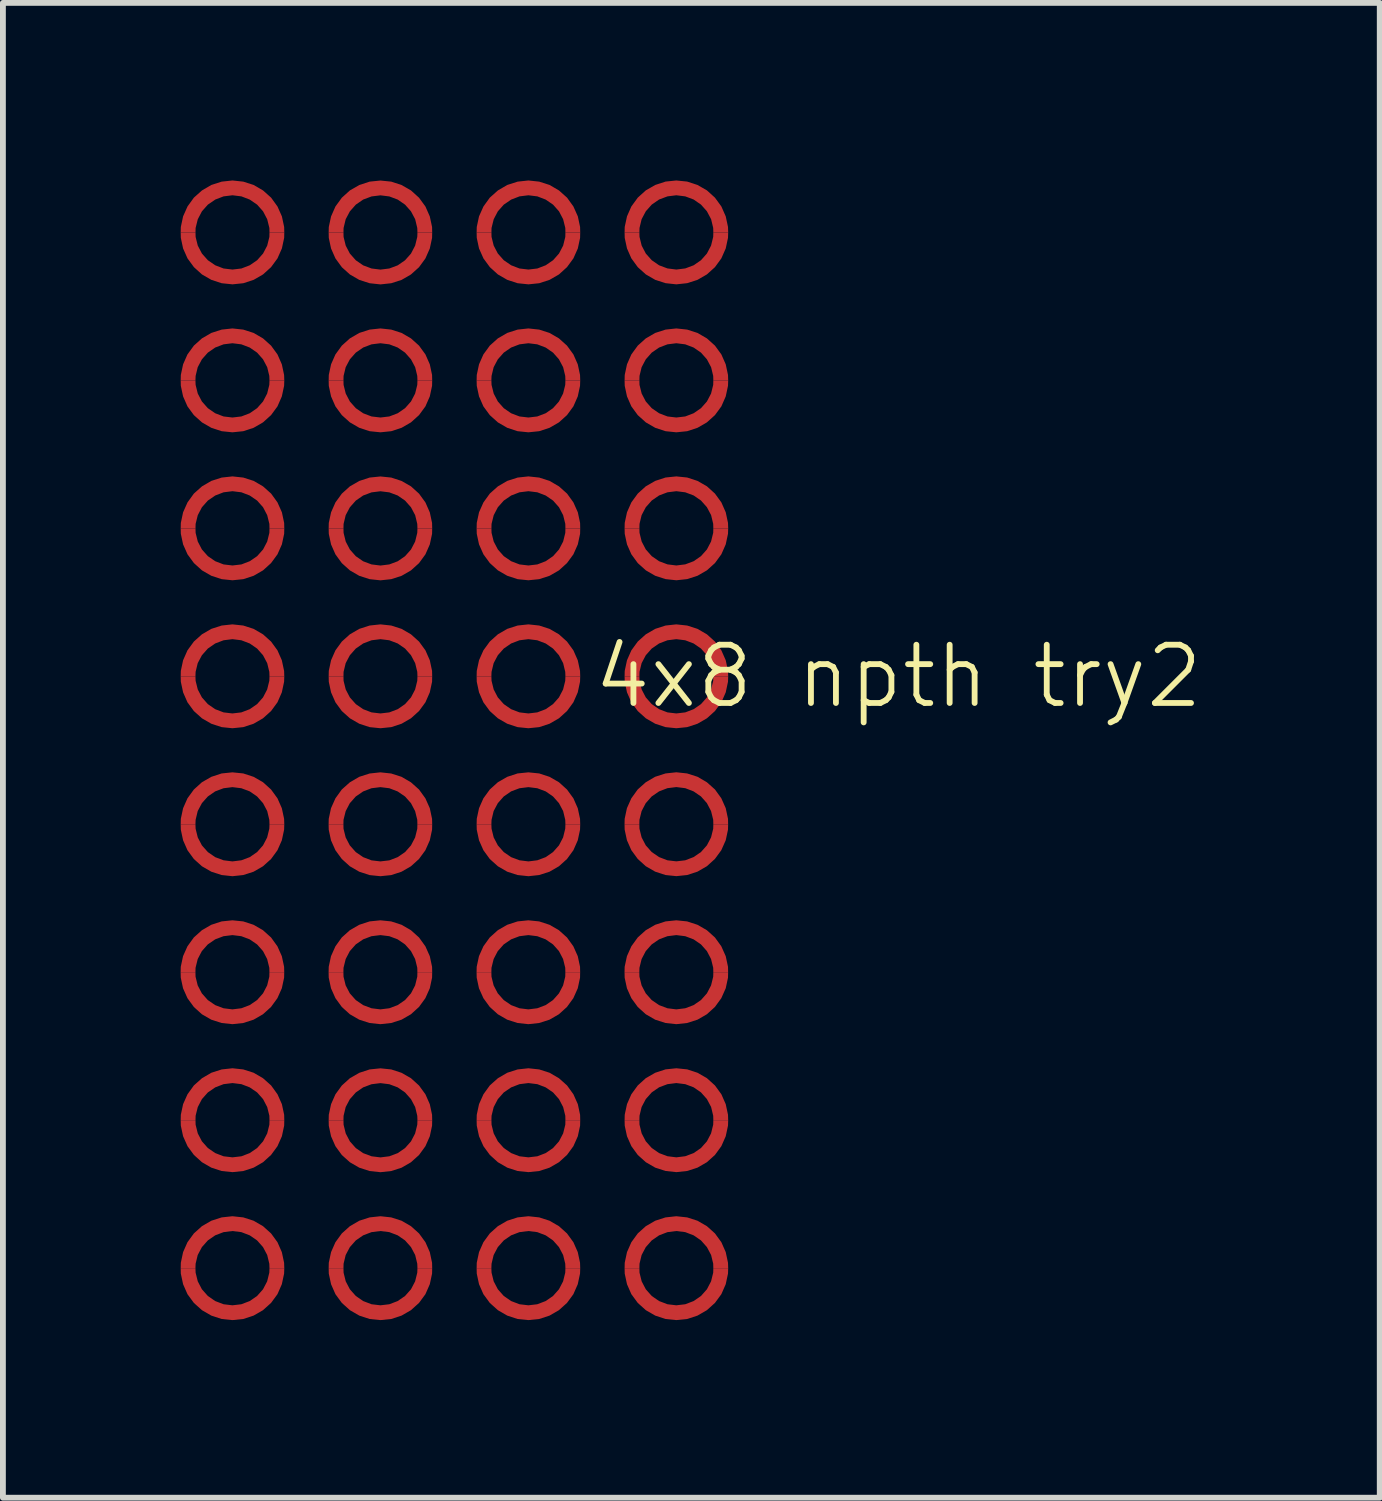
<source format=kicad_pcb>
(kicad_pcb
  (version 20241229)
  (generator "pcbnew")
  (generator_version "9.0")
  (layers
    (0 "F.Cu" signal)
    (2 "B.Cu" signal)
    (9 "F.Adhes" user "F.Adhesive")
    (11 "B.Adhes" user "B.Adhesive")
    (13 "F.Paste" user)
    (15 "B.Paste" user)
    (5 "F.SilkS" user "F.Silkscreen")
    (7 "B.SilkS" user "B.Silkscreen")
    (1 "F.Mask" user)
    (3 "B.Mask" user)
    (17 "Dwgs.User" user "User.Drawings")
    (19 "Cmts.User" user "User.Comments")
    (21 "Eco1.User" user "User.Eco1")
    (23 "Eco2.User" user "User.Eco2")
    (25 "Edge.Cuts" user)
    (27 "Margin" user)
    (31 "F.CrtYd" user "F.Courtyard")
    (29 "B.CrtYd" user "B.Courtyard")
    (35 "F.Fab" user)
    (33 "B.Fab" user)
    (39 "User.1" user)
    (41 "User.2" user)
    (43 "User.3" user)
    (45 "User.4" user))
  (footprint "4x8 npth try2"
    (layer "F.Cu")
    (at 4.751 9.83)
    (property "Reference" "4x8 npth try2" (at 7.62 -1.27 0) (unlocked yes) (layer "F.SilkS") (effects (font (size 1 1) (thickness 0.1))))
    (fp_poly (pts (xy -4.446 3.809) (xy -4.444 3.733) (xy -4.407 3.583) (xy -4.336 3.447) (xy -4.234 3.332) (xy -4.107 3.245) (xy -3.964 3.191) (xy -3.811 3.172) (xy -3.658 3.191) (xy -3.515 3.245) (xy -3.388 3.332) (xy -3.286 3.447) (xy -3.215 3.583) (xy -3.178 3.733) (xy -3.176 3.809) (xy -2.922 3.809) (xy -2.924 3.716) (xy -2.963 3.534) (xy -3.039 3.364) (xy -3.148 3.213) (xy -3.287 3.088) (xy -3.448 2.995) (xy -3.626 2.937) (xy -3.811 2.918) (xy -3.996 2.937) (xy -4.174 2.995) (xy -4.335 3.088) (xy -4.474 3.213) (xy -4.583 3.364) (xy -4.659 3.534) (xy -4.698 3.716) (xy -4.7 3.809)) (stroke (width 0) (type solid)) (fill yes) (layer "F.Cu"))
    (fp_poly (pts (xy -4.446 -6.35) (xy -4.443 -6.427) (xy -4.407 -6.576) (xy -4.335 -6.712) (xy -4.233 -6.827) (xy -4.107 -6.914) (xy -3.963 -6.969) (xy -3.811 -6.988) (xy -3.658 -6.969) (xy -3.514 -6.914) (xy -3.388 -6.827) (xy -3.286 -6.712) (xy -3.214 -6.576) (xy -3.178 -6.427) (xy -3.175 -6.35) (xy -2.921 -6.35) (xy -2.924 -6.443) (xy -2.963 -6.626) (xy -3.038 -6.796) (xy -3.148 -6.947) (xy -3.286 -7.071) (xy -3.448 -7.165) (xy -3.625 -7.222) (xy -3.811 -7.242) (xy -3.996 -7.222) (xy -4.173 -7.165) (xy -4.335 -7.071) (xy -4.473 -6.947) (xy -4.583 -6.796) (xy -4.658 -6.626) (xy -4.697 -6.443) (xy -4.699 -6.35)) (stroke (width 0) (type solid)) (fill yes) (layer "F.Cu"))
    (fp_poly (pts (xy -4.446 -1.27) (xy -4.443 -1.347) (xy -4.407 -1.496) (xy -4.335 -1.632) (xy -4.233 -1.747) (xy -4.107 -1.834) (xy -3.963 -1.889) (xy -3.811 -1.908) (xy -3.658 -1.889) (xy -3.514 -1.834) (xy -3.388 -1.747) (xy -3.286 -1.632) (xy -3.214 -1.496) (xy -3.178 -1.347) (xy -3.175 -1.27) (xy -2.921 -1.27) (xy -2.924 -1.363) (xy -2.963 -1.546) (xy -3.038 -1.716) (xy -3.148 -1.867) (xy -3.286 -1.991) (xy -3.448 -2.085) (xy -3.625 -2.142) (xy -3.811 -2.162) (xy -3.996 -2.142) (xy -4.173 -2.085) (xy -4.335 -1.991) (xy -4.473 -1.867) (xy -4.583 -1.716) (xy -4.658 -1.546) (xy -4.697 -1.363) (xy -4.699 -1.27)) (stroke (width 0) (type solid)) (fill yes) (layer "F.Cu"))
    (fp_poly (pts (xy -4.446 1.27) (xy -4.443 1.193) (xy -4.407 1.043) (xy -4.335 0.907) (xy -4.233 0.792) (xy -4.107 0.705) (xy -3.963 0.651) (xy -3.811 0.632) (xy -3.658 0.651) (xy -3.514 0.705) (xy -3.388 0.792) (xy -3.286 0.907) (xy -3.214 1.043) (xy -3.178 1.193) (xy -3.175 1.27) (xy -2.921 1.27) (xy -2.924 1.176) (xy -2.963 0.994) (xy -3.038 0.824) (xy -3.148 0.673) (xy -3.286 0.548) (xy -3.448 0.455) (xy -3.625 0.397) (xy -3.811 0.378) (xy -3.996 0.397) (xy -4.173 0.455) (xy -4.335 0.548) (xy -4.473 0.673) (xy -4.583 0.824) (xy -4.658 0.994) (xy -4.697 1.176) (xy -4.699 1.27)) (stroke (width 0) (type solid)) (fill yes) (layer "F.Cu"))
    (fp_poly (pts (xy -4.446 8.89) (xy -4.443 8.813) (xy -4.407 8.664) (xy -4.335 8.528) (xy -4.233 8.413) (xy -4.107 8.326) (xy -3.963 8.271) (xy -3.811 8.252) (xy -3.658 8.271) (xy -3.514 8.326) (xy -3.388 8.413) (xy -3.286 8.528) (xy -3.214 8.664) (xy -3.178 8.813) (xy -3.175 8.89) (xy -2.921 8.89) (xy -2.924 8.797) (xy -2.963 8.614) (xy -3.038 8.444) (xy -3.148 8.293) (xy -3.286 8.169) (xy -3.448 8.075) (xy -3.625 8.018) (xy -3.811 7.998) (xy -3.996 8.018) (xy -4.173 8.075) (xy -4.335 8.169) (xy -4.473 8.293) (xy -4.583 8.444) (xy -4.658 8.614) (xy -4.697 8.797) (xy -4.699 8.89)) (stroke (width 0) (type solid)) (fill yes) (layer "F.Cu"))
    (fp_poly (pts (xy -4.445 -8.89) (xy -4.443 -8.967) (xy -4.406 -9.116) (xy -4.335 -9.252) (xy -4.233 -9.367) (xy -4.106 -9.454) (xy -3.963 -9.509) (xy -3.81 -9.528) (xy -3.657 -9.509) (xy -3.514 -9.454) (xy -3.387 -9.367) (xy -3.285 -9.252) (xy -3.214 -9.116) (xy -3.177 -8.967) (xy -3.175 -8.89) (xy -2.921 -8.89) (xy -2.923 -8.983) (xy -2.962 -9.166) (xy -3.038 -9.336) (xy -3.147 -9.487) (xy -3.286 -9.611) (xy -3.447 -9.705) (xy -3.625 -9.762) (xy -3.81 -9.782) (xy -3.995 -9.762) (xy -4.173 -9.705) (xy -4.334 -9.611) (xy -4.473 -9.487) (xy -4.582 -9.336) (xy -4.658 -9.166) (xy -4.697 -8.983) (xy -4.699 -8.89)) (stroke (width 0) (type solid)) (fill yes) (layer "F.Cu"))
    (fp_poly (pts (xy -4.445 -3.81) (xy -4.443 -3.887) (xy -4.406 -4.036) (xy -4.335 -4.172) (xy -4.233 -4.287) (xy -4.106 -4.374) (xy -3.963 -4.429) (xy -3.81 -4.448) (xy -3.657 -4.429) (xy -3.514 -4.374) (xy -3.387 -4.287) (xy -3.285 -4.172) (xy -3.214 -4.036) (xy -3.177 -3.887) (xy -3.175 -3.81) (xy -2.921 -3.81) (xy -2.923 -3.903) (xy -2.962 -4.086) (xy -3.038 -4.256) (xy -3.147 -4.407) (xy -3.286 -4.531) (xy -3.447 -4.625) (xy -3.625 -4.682) (xy -3.81 -4.702) (xy -3.995 -4.682) (xy -4.173 -4.625) (xy -4.334 -4.531) (xy -4.473 -4.407) (xy -4.582 -4.256) (xy -4.658 -4.086) (xy -4.697 -3.903) (xy -4.699 -3.81)) (stroke (width 0) (type solid)) (fill yes) (layer "F.Cu"))
    (fp_poly (pts (xy -4.445 6.35) (xy -4.443 6.273) (xy -4.406 6.124) (xy -4.335 5.988) (xy -4.233 5.873) (xy -4.106 5.786) (xy -3.963 5.731) (xy -3.81 5.712) (xy -3.657 5.731) (xy -3.514 5.786) (xy -3.387 5.873) (xy -3.285 5.988) (xy -3.214 6.124) (xy -3.177 6.273) (xy -3.175 6.35) (xy -2.921 6.35) (xy -2.923 6.257) (xy -2.962 6.074) (xy -3.038 5.904) (xy -3.147 5.753) (xy -3.286 5.629) (xy -3.447 5.535) (xy -3.625 5.478) (xy -3.81 5.458) (xy -3.995 5.478) (xy -4.173 5.535) (xy -4.334 5.629) (xy -4.473 5.753) (xy -4.582 5.904) (xy -4.658 6.074) (xy -4.697 6.257) (xy -4.699 6.35)) (stroke (width 0) (type solid)) (fill yes) (layer "F.Cu"))
    (fp_poly (pts (xy -3.176 3.809) (xy -3.178 3.886) (xy -3.215 4.036) (xy -3.286 4.172) (xy -3.388 4.287) (xy -3.515 4.374) (xy -3.658 4.428) (xy -3.811 4.447) (xy -3.964 4.428) (xy -4.107 4.374) (xy -4.234 4.287) (xy -4.336 4.172) (xy -4.407 4.036) (xy -4.444 3.886) (xy -4.446 3.809) (xy -4.7 3.809) (xy -4.698 3.903) (xy -4.659 4.085) (xy -4.583 4.255) (xy -4.473 4.406) (xy -4.335 4.531) (xy -4.174 4.624) (xy -3.996 4.681) (xy -3.811 4.701) (xy -3.626 4.681) (xy -3.448 4.624) (xy -3.287 4.531) (xy -3.149 4.406) (xy -3.039 4.255) (xy -2.963 4.085) (xy -2.924 3.903) (xy -2.922 3.809)) (stroke (width 0) (type solid)) (fill yes) (layer "F.Cu"))
    (fp_poly (pts (xy -3.175 -6.35) (xy -3.178 -6.273) (xy -3.215 -6.124) (xy -3.286 -5.988) (xy -3.388 -5.873) (xy -3.514 -5.786) (xy -3.658 -5.731) (xy -3.811 -5.713) (xy -3.963 -5.731) (xy -4.107 -5.786) (xy -4.233 -5.873) (xy -4.335 -5.988) (xy -4.406 -6.124) (xy -4.443 -6.273) (xy -4.446 -6.35) (xy -4.699 -6.35) (xy -4.697 -6.257) (xy -4.658 -6.075) (xy -4.583 -5.904) (xy -4.473 -5.754) (xy -4.334 -5.629) (xy -4.173 -5.536) (xy -3.996 -5.478) (xy -3.811 -5.459) (xy -3.625 -5.478) (xy -3.448 -5.536) (xy -3.287 -5.629) (xy -3.148 -5.754) (xy -3.038 -5.904) (xy -2.963 -6.075) (xy -2.924 -6.257) (xy -2.921 -6.35)) (stroke (width 0) (type solid)) (fill yes) (layer "F.Cu"))
    (fp_poly (pts (xy -3.175 -1.27) (xy -3.178 -1.193) (xy -3.215 -1.044) (xy -3.286 -0.908) (xy -3.388 -0.793) (xy -3.514 -0.706) (xy -3.658 -0.651) (xy -3.811 -0.633) (xy -3.963 -0.651) (xy -4.107 -0.706) (xy -4.233 -0.793) (xy -4.335 -0.908) (xy -4.406 -1.044) (xy -4.443 -1.193) (xy -4.446 -1.27) (xy -4.699 -1.27) (xy -4.697 -1.177) (xy -4.658 -0.995) (xy -4.583 -0.824) (xy -4.473 -0.674) (xy -4.334 -0.549) (xy -4.173 -0.456) (xy -3.996 -0.398) (xy -3.811 -0.379) (xy -3.625 -0.398) (xy -3.448 -0.456) (xy -3.287 -0.549) (xy -3.148 -0.674) (xy -3.038 -0.824) (xy -2.963 -0.995) (xy -2.924 -1.177) (xy -2.921 -1.27)) (stroke (width 0) (type solid)) (fill yes) (layer "F.Cu"))
    (fp_poly (pts (xy -3.175 1.27) (xy -3.178 1.346) (xy -3.215 1.496) (xy -3.286 1.632) (xy -3.388 1.747) (xy -3.514 1.834) (xy -3.658 1.888) (xy -3.811 1.907) (xy -3.963 1.888) (xy -4.107 1.834) (xy -4.233 1.747) (xy -4.335 1.632) (xy -4.406 1.496) (xy -4.443 1.346) (xy -4.446 1.27) (xy -4.699 1.27) (xy -4.697 1.363) (xy -4.658 1.545) (xy -4.583 1.715) (xy -4.473 1.866) (xy -4.334 1.991) (xy -4.173 2.084) (xy -3.996 2.141) (xy -3.811 2.161) (xy -3.625 2.141) (xy -3.448 2.084) (xy -3.287 1.991) (xy -3.148 1.866) (xy -3.038 1.715) (xy -2.963 1.545) (xy -2.924 1.363) (xy -2.921 1.27)) (stroke (width 0) (type solid)) (fill yes) (layer "F.Cu"))
    (fp_poly (pts (xy -3.175 8.89) (xy -3.178 8.967) (xy -3.215 9.116) (xy -3.286 9.252) (xy -3.388 9.367) (xy -3.514 9.454) (xy -3.658 9.509) (xy -3.811 9.527) (xy -3.963 9.509) (xy -4.107 9.454) (xy -4.233 9.367) (xy -4.335 9.252) (xy -4.406 9.116) (xy -4.443 8.967) (xy -4.446 8.89) (xy -4.699 8.89) (xy -4.697 8.983) (xy -4.658 9.165) (xy -4.583 9.336) (xy -4.473 9.486) (xy -4.334 9.611) (xy -4.173 9.704) (xy -3.996 9.762) (xy -3.811 9.781) (xy -3.625 9.762) (xy -3.448 9.704) (xy -3.287 9.611) (xy -3.148 9.486) (xy -3.038 9.336) (xy -2.963 9.165) (xy -2.924 8.983) (xy -2.921 8.89)) (stroke (width 0) (type solid)) (fill yes) (layer "F.Cu"))
    (fp_poly (pts (xy -3.175 -8.89) (xy -3.177 -8.813) (xy -3.214 -8.664) (xy -3.285 -8.528) (xy -3.387 -8.413) (xy -3.514 -8.326) (xy -3.657 -8.271) (xy -3.81 -8.253) (xy -3.963 -8.271) (xy -4.106 -8.326) (xy -4.233 -8.413) (xy -4.335 -8.528) (xy -4.406 -8.664) (xy -4.443 -8.813) (xy -4.445 -8.89) (xy -4.699 -8.89) (xy -4.697 -8.797) (xy -4.658 -8.615) (xy -4.582 -8.444) (xy -4.472 -8.294) (xy -4.334 -8.169) (xy -4.173 -8.076) (xy -3.995 -8.018) (xy -3.81 -7.999) (xy -3.625 -8.018) (xy -3.447 -8.076) (xy -3.286 -8.169) (xy -3.148 -8.294) (xy -3.038 -8.444) (xy -2.962 -8.615) (xy -2.923 -8.797) (xy -2.921 -8.89)) (stroke (width 0) (type solid)) (fill yes) (layer "F.Cu"))
    (fp_poly (pts (xy -3.175 -3.81) (xy -3.177 -3.733) (xy -3.214 -3.584) (xy -3.285 -3.448) (xy -3.387 -3.333) (xy -3.514 -3.246) (xy -3.657 -3.191) (xy -3.81 -3.173) (xy -3.963 -3.191) (xy -4.106 -3.246) (xy -4.233 -3.333) (xy -4.335 -3.448) (xy -4.406 -3.584) (xy -4.443 -3.733) (xy -4.445 -3.81) (xy -4.699 -3.81) (xy -4.697 -3.717) (xy -4.658 -3.535) (xy -4.582 -3.364) (xy -4.472 -3.214) (xy -4.334 -3.089) (xy -4.173 -2.996) (xy -3.995 -2.938) (xy -3.81 -2.919) (xy -3.625 -2.938) (xy -3.447 -2.996) (xy -3.286 -3.089) (xy -3.148 -3.214) (xy -3.038 -3.364) (xy -2.962 -3.535) (xy -2.923 -3.717) (xy -2.921 -3.81)) (stroke (width 0) (type solid)) (fill yes) (layer "F.Cu"))
    (fp_poly (pts (xy -3.175 6.35) (xy -3.177 6.427) (xy -3.214 6.576) (xy -3.285 6.712) (xy -3.387 6.827) (xy -3.514 6.914) (xy -3.657 6.969) (xy -3.81 6.987) (xy -3.963 6.969) (xy -4.106 6.914) (xy -4.233 6.827) (xy -4.335 6.712) (xy -4.406 6.576) (xy -4.443 6.427) (xy -4.445 6.35) (xy -4.699 6.35) (xy -4.697 6.443) (xy -4.658 6.625) (xy -4.582 6.796) (xy -4.472 6.946) (xy -4.334 7.071) (xy -4.173 7.164) (xy -3.995 7.222) (xy -3.81 7.241) (xy -3.625 7.222) (xy -3.447 7.164) (xy -3.286 7.071) (xy -3.148 6.946) (xy -3.038 6.796) (xy -2.962 6.625) (xy -2.923 6.443) (xy -2.921 6.35)) (stroke (width 0) (type solid)) (fill yes) (layer "F.Cu"))
    (fp_poly (pts (xy -1.906 1.27) (xy -1.904 1.193) (xy -1.867 1.044) (xy -1.796 0.908) (xy -1.694 0.793) (xy -1.567 0.706) (xy -1.424 0.651) (xy -1.271 0.632) (xy -1.118 0.651) (xy -0.975 0.706) (xy -0.848 0.793) (xy -0.746 0.908) (xy -0.675 1.044) (xy -0.638 1.193) (xy -0.636 1.27) (xy -0.382 1.27) (xy -0.384 1.177) (xy -0.423 0.994) (xy -0.499 0.824) (xy -0.608 0.673) (xy -0.747 0.549) (xy -0.908 0.455) (xy -1.086 0.398) (xy -1.271 0.378) (xy -1.456 0.398) (xy -1.634 0.455) (xy -1.795 0.549) (xy -1.934 0.673) (xy -2.043 0.824) (xy -2.119 0.994) (xy -2.158 1.177) (xy -2.16 1.27)) (stroke (width 0) (type solid)) (fill yes) (layer "F.Cu"))
    (fp_poly (pts (xy -1.906 3.809) (xy -1.904 3.733) (xy -1.867 3.583) (xy -1.796 3.447) (xy -1.694 3.332) (xy -1.567 3.245) (xy -1.424 3.191) (xy -1.271 3.172) (xy -1.118 3.191) (xy -0.975 3.245) (xy -0.848 3.332) (xy -0.746 3.447) (xy -0.675 3.583) (xy -0.638 3.733) (xy -0.636 3.809) (xy -0.382 3.809) (xy -0.384 3.716) (xy -0.423 3.534) (xy -0.499 3.364) (xy -0.608 3.213) (xy -0.747 3.088) (xy -0.908 2.995) (xy -1.086 2.937) (xy -1.271 2.918) (xy -1.456 2.937) (xy -1.634 2.995) (xy -1.795 3.088) (xy -1.934 3.213) (xy -2.043 3.364) (xy -2.119 3.534) (xy -2.158 3.716) (xy -2.16 3.809)) (stroke (width 0) (type solid)) (fill yes) (layer "F.Cu"))
    (fp_poly (pts (xy -1.905 -8.889) (xy -1.903 -8.966) (xy -1.867 -9.116) (xy -1.795 -9.252) (xy -1.693 -9.367) (xy -1.567 -9.454) (xy -1.423 -9.508) (xy -1.27 -9.527) (xy -1.118 -9.508) (xy -0.974 -9.454) (xy -0.848 -9.367) (xy -0.746 -9.252) (xy -0.674 -9.116) (xy -0.638 -8.966) (xy -0.635 -8.889) (xy -0.382 -8.889) (xy -0.384 -8.983) (xy -0.423 -9.165) (xy -0.498 -9.335) (xy -0.608 -9.486) (xy -0.746 -9.611) (xy -0.908 -9.704) (xy -1.085 -9.762) (xy -1.27 -9.781) (xy -1.456 -9.762) (xy -1.633 -9.704) (xy -1.795 -9.611) (xy -1.933 -9.486) (xy -2.043 -9.335) (xy -2.118 -9.165) (xy -2.157 -8.983) (xy -2.159 -8.889)) (stroke (width 0) (type solid)) (fill yes) (layer "F.Cu"))
    (fp_poly (pts (xy -1.905 -6.35) (xy -1.903 -6.427) (xy -1.867 -6.576) (xy -1.795 -6.712) (xy -1.693 -6.827) (xy -1.567 -6.914) (xy -1.423 -6.969) (xy -1.27 -6.988) (xy -1.118 -6.969) (xy -0.974 -6.914) (xy -0.848 -6.827) (xy -0.746 -6.712) (xy -0.674 -6.576) (xy -0.638 -6.427) (xy -0.635 -6.35) (xy -0.382 -6.35) (xy -0.384 -6.443) (xy -0.423 -6.626) (xy -0.498 -6.796) (xy -0.608 -6.947) (xy -0.746 -7.071) (xy -0.908 -7.165) (xy -1.085 -7.222) (xy -1.27 -7.242) (xy -1.456 -7.222) (xy -1.633 -7.165) (xy -1.795 -7.071) (xy -1.933 -6.947) (xy -2.043 -6.796) (xy -2.118 -6.626) (xy -2.157 -6.443) (xy -2.159 -6.35)) (stroke (width 0) (type solid)) (fill yes) (layer "F.Cu"))
    (fp_poly (pts (xy -1.905 -3.809) (xy -1.903 -3.886) (xy -1.867 -4.036) (xy -1.795 -4.172) (xy -1.693 -4.287) (xy -1.567 -4.374) (xy -1.423 -4.428) (xy -1.27 -4.447) (xy -1.118 -4.428) (xy -0.974 -4.374) (xy -0.848 -4.287) (xy -0.746 -4.172) (xy -0.674 -4.036) (xy -0.638 -3.886) (xy -0.635 -3.809) (xy -0.382 -3.809) (xy -0.384 -3.903) (xy -0.423 -4.085) (xy -0.498 -4.255) (xy -0.608 -4.406) (xy -0.746 -4.531) (xy -0.908 -4.624) (xy -1.085 -4.682) (xy -1.27 -4.701) (xy -1.456 -4.682) (xy -1.633 -4.624) (xy -1.795 -4.531) (xy -1.933 -4.406) (xy -2.043 -4.255) (xy -2.118 -4.085) (xy -2.157 -3.903) (xy -2.159 -3.809)) (stroke (width 0) (type solid)) (fill yes) (layer "F.Cu"))
    (fp_poly (pts (xy -1.905 -1.27) (xy -1.903 -1.347) (xy -1.867 -1.496) (xy -1.795 -1.632) (xy -1.693 -1.747) (xy -1.567 -1.834) (xy -1.423 -1.889) (xy -1.27 -1.908) (xy -1.118 -1.889) (xy -0.974 -1.834) (xy -0.848 -1.747) (xy -0.746 -1.632) (xy -0.674 -1.496) (xy -0.638 -1.347) (xy -0.635 -1.27) (xy -0.382 -1.27) (xy -0.384 -1.363) (xy -0.423 -1.546) (xy -0.498 -1.716) (xy -0.608 -1.867) (xy -0.746 -1.991) (xy -0.908 -2.085) (xy -1.085 -2.142) (xy -1.27 -2.162) (xy -1.456 -2.142) (xy -1.633 -2.085) (xy -1.795 -1.991) (xy -1.933 -1.867) (xy -2.043 -1.716) (xy -2.118 -1.546) (xy -2.157 -1.363) (xy -2.159 -1.27)) (stroke (width 0) (type solid)) (fill yes) (layer "F.Cu"))
    (fp_poly (pts (xy -1.905 6.351) (xy -1.903 6.274) (xy -1.867 6.124) (xy -1.795 5.988) (xy -1.693 5.873) (xy -1.567 5.786) (xy -1.423 5.732) (xy -1.27 5.713) (xy -1.118 5.732) (xy -0.974 5.786) (xy -0.848 5.873) (xy -0.746 5.988) (xy -0.674 6.124) (xy -0.638 6.274) (xy -0.635 6.351) (xy -0.382 6.351) (xy -0.384 6.257) (xy -0.423 6.075) (xy -0.498 5.905) (xy -0.608 5.754) (xy -0.746 5.629) (xy -0.908 5.536) (xy -1.085 5.478) (xy -1.27 5.459) (xy -1.456 5.478) (xy -1.633 5.536) (xy -1.795 5.629) (xy -1.933 5.754) (xy -2.043 5.905) (xy -2.118 6.075) (xy -2.157 6.257) (xy -2.159 6.351)) (stroke (width 0) (type solid)) (fill yes) (layer "F.Cu"))
    (fp_poly (pts (xy -1.905 8.89) (xy -1.903 8.813) (xy -1.867 8.664) (xy -1.795 8.528) (xy -1.693 8.413) (xy -1.567 8.326) (xy -1.423 8.271) (xy -1.27 8.252) (xy -1.118 8.271) (xy -0.974 8.326) (xy -0.848 8.413) (xy -0.746 8.528) (xy -0.674 8.664) (xy -0.638 8.813) (xy -0.635 8.89) (xy -0.382 8.89) (xy -0.384 8.797) (xy -0.423 8.614) (xy -0.498 8.444) (xy -0.608 8.293) (xy -0.746 8.169) (xy -0.908 8.075) (xy -1.085 8.018) (xy -1.27 7.998) (xy -1.456 8.018) (xy -1.633 8.075) (xy -1.795 8.169) (xy -1.933 8.293) (xy -2.043 8.444) (xy -2.118 8.614) (xy -2.157 8.797) (xy -2.159 8.89)) (stroke (width 0) (type solid)) (fill yes) (layer "F.Cu"))
    (fp_poly (pts (xy -0.636 1.27) (xy -0.638 1.347) (xy -0.675 1.496) (xy -0.746 1.632) (xy -0.848 1.747) (xy -0.975 1.834) (xy -1.118 1.889) (xy -1.271 1.907) (xy -1.424 1.889) (xy -1.567 1.834) (xy -1.694 1.747) (xy -1.796 1.632) (xy -1.867 1.496) (xy -1.904 1.347) (xy -1.906 1.27) (xy -2.16 1.27) (xy -2.158 1.363) (xy -2.119 1.545) (xy -2.043 1.716) (xy -1.933 1.866) (xy -1.795 1.991) (xy -1.634 2.084) (xy -1.456 2.142) (xy -1.271 2.161) (xy -1.086 2.142) (xy -0.908 2.084) (xy -0.747 1.991) (xy -0.609 1.866) (xy -0.499 1.716) (xy -0.423 1.545) (xy -0.384 1.363) (xy -0.382 1.27)) (stroke (width 0) (type solid)) (fill yes) (layer "F.Cu"))
    (fp_poly (pts (xy -0.636 3.809) (xy -0.638 3.886) (xy -0.675 4.036) (xy -0.746 4.172) (xy -0.848 4.287) (xy -0.975 4.374) (xy -1.118 4.428) (xy -1.271 4.447) (xy -1.424 4.428) (xy -1.567 4.374) (xy -1.694 4.287) (xy -1.796 4.172) (xy -1.867 4.036) (xy -1.904 3.886) (xy -1.906 3.809) (xy -2.16 3.809) (xy -2.158 3.903) (xy -2.119 4.085) (xy -2.043 4.255) (xy -1.933 4.406) (xy -1.795 4.531) (xy -1.634 4.624) (xy -1.456 4.681) (xy -1.271 4.701) (xy -1.086 4.681) (xy -0.908 4.624) (xy -0.747 4.531) (xy -0.609 4.406) (xy -0.499 4.255) (xy -0.423 4.085) (xy -0.384 3.903) (xy -0.382 3.809)) (stroke (width 0) (type solid)) (fill yes) (layer "F.Cu"))
    (fp_poly (pts (xy -0.635 -8.889) (xy -0.638 -8.813) (xy -0.675 -8.663) (xy -0.746 -8.527) (xy -0.848 -8.412) (xy -0.974 -8.325) (xy -1.118 -8.271) (xy -1.27 -8.252) (xy -1.423 -8.271) (xy -1.567 -8.325) (xy -1.693 -8.412) (xy -1.795 -8.527) (xy -1.866 -8.663) (xy -1.903 -8.813) (xy -1.905 -8.889) (xy -2.159 -8.889) (xy -2.157 -8.796) (xy -2.118 -8.614) (xy -2.043 -8.444) (xy -1.933 -8.293) (xy -1.794 -8.168) (xy -1.633 -8.075) (xy -1.456 -8.018) (xy -1.27 -7.998) (xy -1.085 -8.018) (xy -0.908 -8.075) (xy -0.747 -8.168) (xy -0.608 -8.293) (xy -0.498 -8.444) (xy -0.423 -8.614) (xy -0.384 -8.796) (xy -0.382 -8.889)) (stroke (width 0) (type solid)) (fill yes) (layer "F.Cu"))
    (fp_poly (pts (xy -0.635 -6.35) (xy -0.638 -6.273) (xy -0.675 -6.124) (xy -0.746 -5.988) (xy -0.848 -5.873) (xy -0.974 -5.786) (xy -1.118 -5.731) (xy -1.27 -5.713) (xy -1.423 -5.731) (xy -1.567 -5.786) (xy -1.693 -5.873) (xy -1.795 -5.988) (xy -1.866 -6.124) (xy -1.903 -6.273) (xy -1.905 -6.35) (xy -2.159 -6.35) (xy -2.157 -6.257) (xy -2.118 -6.075) (xy -2.043 -5.904) (xy -1.933 -5.754) (xy -1.794 -5.629) (xy -1.633 -5.536) (xy -1.456 -5.478) (xy -1.27 -5.459) (xy -1.085 -5.478) (xy -0.908 -5.536) (xy -0.747 -5.629) (xy -0.608 -5.754) (xy -0.498 -5.904) (xy -0.423 -6.075) (xy -0.384 -6.257) (xy -0.382 -6.35)) (stroke (width 0) (type solid)) (fill yes) (layer "F.Cu"))
    (fp_poly (pts (xy -0.635 -3.809) (xy -0.638 -3.733) (xy -0.675 -3.583) (xy -0.746 -3.447) (xy -0.848 -3.332) (xy -0.974 -3.245) (xy -1.118 -3.191) (xy -1.27 -3.172) (xy -1.423 -3.191) (xy -1.567 -3.245) (xy -1.693 -3.332) (xy -1.795 -3.447) (xy -1.866 -3.583) (xy -1.903 -3.733) (xy -1.905 -3.809) (xy -2.159 -3.809) (xy -2.157 -3.716) (xy -2.118 -3.534) (xy -2.043 -3.364) (xy -1.933 -3.213) (xy -1.794 -3.088) (xy -1.633 -2.995) (xy -1.456 -2.938) (xy -1.27 -2.918) (xy -1.085 -2.938) (xy -0.908 -2.995) (xy -0.747 -3.088) (xy -0.608 -3.213) (xy -0.498 -3.364) (xy -0.423 -3.534) (xy -0.384 -3.716) (xy -0.382 -3.809)) (stroke (width 0) (type solid)) (fill yes) (layer "F.Cu"))
    (fp_poly (pts (xy -0.635 -1.27) (xy -0.638 -1.193) (xy -0.675 -1.044) (xy -0.746 -0.908) (xy -0.848 -0.793) (xy -0.974 -0.706) (xy -1.118 -0.651) (xy -1.27 -0.633) (xy -1.423 -0.651) (xy -1.567 -0.706) (xy -1.693 -0.793) (xy -1.795 -0.908) (xy -1.866 -1.044) (xy -1.903 -1.193) (xy -1.905 -1.27) (xy -2.159 -1.27) (xy -2.157 -1.177) (xy -2.118 -0.995) (xy -2.043 -0.824) (xy -1.933 -0.674) (xy -1.794 -0.549) (xy -1.633 -0.456) (xy -1.456 -0.398) (xy -1.27 -0.379) (xy -1.085 -0.398) (xy -0.908 -0.456) (xy -0.747 -0.549) (xy -0.608 -0.674) (xy -0.498 -0.824) (xy -0.423 -0.995) (xy -0.384 -1.177) (xy -0.382 -1.27)) (stroke (width 0) (type solid)) (fill yes) (layer "F.Cu"))
    (fp_poly (pts (xy -0.635 6.351) (xy -0.638 6.427) (xy -0.675 6.577) (xy -0.746 6.713) (xy -0.848 6.828) (xy -0.974 6.915) (xy -1.118 6.969) (xy -1.27 6.988) (xy -1.423 6.969) (xy -1.567 6.915) (xy -1.693 6.828) (xy -1.795 6.713) (xy -1.866 6.577) (xy -1.903 6.427) (xy -1.905 6.351) (xy -2.159 6.351) (xy -2.157 6.444) (xy -2.118 6.626) (xy -2.043 6.796) (xy -1.933 6.947) (xy -1.794 7.072) (xy -1.633 7.165) (xy -1.456 7.222) (xy -1.27 7.242) (xy -1.085 7.222) (xy -0.908 7.165) (xy -0.747 7.072) (xy -0.608 6.947) (xy -0.498 6.796) (xy -0.423 6.626) (xy -0.384 6.444) (xy -0.382 6.351)) (stroke (width 0) (type solid)) (fill yes) (layer "F.Cu"))
    (fp_poly (pts (xy -0.635 8.89) (xy -0.638 8.967) (xy -0.675 9.116) (xy -0.746 9.252) (xy -0.848 9.367) (xy -0.974 9.454) (xy -1.118 9.509) (xy -1.27 9.527) (xy -1.423 9.509) (xy -1.567 9.454) (xy -1.693 9.367) (xy -1.795 9.252) (xy -1.866 9.116) (xy -1.903 8.967) (xy -1.905 8.89) (xy -2.159 8.89) (xy -2.157 8.983) (xy -2.118 9.165) (xy -2.043 9.336) (xy -1.933 9.486) (xy -1.794 9.611) (xy -1.633 9.704) (xy -1.456 9.762) (xy -1.27 9.781) (xy -1.085 9.762) (xy -0.908 9.704) (xy -0.747 9.611) (xy -0.608 9.486) (xy -0.498 9.336) (xy -0.423 9.165) (xy -0.384 8.983) (xy -0.382 8.89)) (stroke (width 0) (type solid)) (fill yes) (layer "F.Cu"))
    (fp_poly (pts (xy 0.634 3.809) (xy 0.636 3.733) (xy 0.673 3.583) (xy 0.744 3.447) (xy 0.846 3.332) (xy 0.973 3.245) (xy 1.116 3.191) (xy 1.269 3.172) (xy 1.422 3.191) (xy 1.565 3.245) (xy 1.692 3.332) (xy 1.794 3.447) (xy 1.865 3.583) (xy 1.902 3.733) (xy 1.904 3.809) (xy 2.158 3.809) (xy 2.156 3.716) (xy 2.117 3.534) (xy 2.041 3.364) (xy 1.932 3.213) (xy 1.793 3.088) (xy 1.632 2.995) (xy 1.454 2.937) (xy 1.269 2.918) (xy 1.084 2.937) (xy 0.906 2.995) (xy 0.745 3.088) (xy 0.606 3.213) (xy 0.497 3.364) (xy 0.421 3.534) (xy 0.382 3.716) (xy 0.38 3.809)) (stroke (width 0) (type solid)) (fill yes) (layer "F.Cu"))
    (fp_poly (pts (xy 0.634 -6.35) (xy 0.637 -6.427) (xy 0.673 -6.576) (xy 0.745 -6.712) (xy 0.847 -6.827) (xy 0.973 -6.914) (xy 1.117 -6.969) (xy 1.27 -6.988) (xy 1.422 -6.969) (xy 1.566 -6.914) (xy 1.692 -6.827) (xy 1.794 -6.712) (xy 1.866 -6.576) (xy 1.902 -6.427) (xy 1.905 -6.35) (xy 2.159 -6.35) (xy 2.156 -6.443) (xy 2.117 -6.626) (xy 2.042 -6.796) (xy 1.932 -6.947) (xy 1.794 -7.071) (xy 1.632 -7.165) (xy 1.455 -7.222) (xy 1.27 -7.242) (xy 1.084 -7.222) (xy 0.907 -7.165) (xy 0.745 -7.071) (xy 0.607 -6.947) (xy 0.497 -6.796) (xy 0.422 -6.626) (xy 0.383 -6.443) (xy 0.381 -6.35)) (stroke (width 0) (type solid)) (fill yes) (layer "F.Cu"))
    (fp_poly (pts (xy 0.634 -1.27) (xy 0.637 -1.347) (xy 0.673 -1.496) (xy 0.745 -1.632) (xy 0.847 -1.747) (xy 0.973 -1.834) (xy 1.117 -1.889) (xy 1.27 -1.908) (xy 1.422 -1.889) (xy 1.566 -1.834) (xy 1.692 -1.747) (xy 1.794 -1.632) (xy 1.866 -1.496) (xy 1.902 -1.347) (xy 1.905 -1.27) (xy 2.159 -1.27) (xy 2.156 -1.363) (xy 2.117 -1.546) (xy 2.042 -1.716) (xy 1.932 -1.867) (xy 1.794 -1.991) (xy 1.632 -2.085) (xy 1.455 -2.142) (xy 1.27 -2.162) (xy 1.084 -2.142) (xy 0.907 -2.085) (xy 0.745 -1.991) (xy 0.607 -1.867) (xy 0.497 -1.716) (xy 0.422 -1.546) (xy 0.383 -1.363) (xy 0.381 -1.27)) (stroke (width 0) (type solid)) (fill yes) (layer "F.Cu"))
    (fp_poly (pts (xy 0.634 1.27) (xy 0.637 1.193) (xy 0.673 1.043) (xy 0.745 0.907) (xy 0.847 0.792) (xy 0.973 0.705) (xy 1.117 0.651) (xy 1.27 0.632) (xy 1.422 0.651) (xy 1.566 0.705) (xy 1.692 0.792) (xy 1.794 0.907) (xy 1.866 1.043) (xy 1.902 1.193) (xy 1.905 1.27) (xy 2.159 1.27) (xy 2.156 1.176) (xy 2.117 0.994) (xy 2.042 0.824) (xy 1.932 0.673) (xy 1.794 0.548) (xy 1.632 0.455) (xy 1.455 0.397) (xy 1.27 0.378) (xy 1.084 0.397) (xy 0.907 0.455) (xy 0.745 0.548) (xy 0.607 0.673) (xy 0.497 0.824) (xy 0.422 0.994) (xy 0.383 1.176) (xy 0.381 1.27)) (stroke (width 0) (type solid)) (fill yes) (layer "F.Cu"))
    (fp_poly (pts (xy 0.634 8.89) (xy 0.637 8.813) (xy 0.673 8.664) (xy 0.745 8.528) (xy 0.847 8.413) (xy 0.973 8.326) (xy 1.117 8.271) (xy 1.27 8.252) (xy 1.422 8.271) (xy 1.566 8.326) (xy 1.692 8.413) (xy 1.794 8.528) (xy 1.866 8.664) (xy 1.902 8.813) (xy 1.905 8.89) (xy 2.159 8.89) (xy 2.156 8.797) (xy 2.117 8.614) (xy 2.042 8.444) (xy 1.932 8.293) (xy 1.794 8.169) (xy 1.632 8.075) (xy 1.455 8.018) (xy 1.27 7.998) (xy 1.084 8.018) (xy 0.907 8.075) (xy 0.745 8.169) (xy 0.607 8.293) (xy 0.497 8.444) (xy 0.422 8.614) (xy 0.383 8.797) (xy 0.381 8.89)) (stroke (width 0) (type solid)) (fill yes) (layer "F.Cu"))
    (fp_poly (pts (xy 0.635 -8.89) (xy 0.637 -8.967) (xy 0.674 -9.116) (xy 0.745 -9.252) (xy 0.847 -9.367) (xy 0.974 -9.454) (xy 1.117 -9.509) (xy 1.27 -9.528) (xy 1.423 -9.509) (xy 1.566 -9.454) (xy 1.693 -9.367) (xy 1.795 -9.252) (xy 1.866 -9.116) (xy 1.903 -8.967) (xy 1.905 -8.89) (xy 2.159 -8.89) (xy 2.157 -8.983) (xy 2.118 -9.166) (xy 2.042 -9.336) (xy 1.933 -9.487) (xy 1.794 -9.611) (xy 1.633 -9.705) (xy 1.455 -9.762) (xy 1.27 -9.782) (xy 1.085 -9.762) (xy 0.907 -9.705) (xy 0.746 -9.611) (xy 0.607 -9.487) (xy 0.498 -9.336) (xy 0.422 -9.166) (xy 0.383 -8.983) (xy 0.381 -8.89)) (stroke (width 0) (type solid)) (fill yes) (layer "F.Cu"))
    (fp_poly (pts (xy 0.635 -3.81) (xy 0.637 -3.887) (xy 0.674 -4.036) (xy 0.745 -4.172) (xy 0.847 -4.287) (xy 0.974 -4.374) (xy 1.117 -4.429) (xy 1.27 -4.448) (xy 1.423 -4.429) (xy 1.566 -4.374) (xy 1.693 -4.287) (xy 1.795 -4.172) (xy 1.866 -4.036) (xy 1.903 -3.887) (xy 1.905 -3.81) (xy 2.159 -3.81) (xy 2.157 -3.903) (xy 2.118 -4.086) (xy 2.042 -4.256) (xy 1.933 -4.407) (xy 1.794 -4.531) (xy 1.633 -4.625) (xy 1.455 -4.682) (xy 1.27 -4.702) (xy 1.085 -4.682) (xy 0.907 -4.625) (xy 0.746 -4.531) (xy 0.607 -4.407) (xy 0.498 -4.256) (xy 0.422 -4.086) (xy 0.383 -3.903) (xy 0.381 -3.81)) (stroke (width 0) (type solid)) (fill yes) (layer "F.Cu"))
    (fp_poly (pts (xy 0.635 6.35) (xy 0.637 6.273) (xy 0.674 6.124) (xy 0.745 5.988) (xy 0.847 5.873) (xy 0.974 5.786) (xy 1.117 5.731) (xy 1.27 5.712) (xy 1.423 5.731) (xy 1.566 5.786) (xy 1.693 5.873) (xy 1.795 5.988) (xy 1.866 6.124) (xy 1.903 6.273) (xy 1.905 6.35) (xy 2.159 6.35) (xy 2.157 6.257) (xy 2.118 6.074) (xy 2.042 5.904) (xy 1.933 5.753) (xy 1.794 5.629) (xy 1.633 5.535) (xy 1.455 5.478) (xy 1.27 5.458) (xy 1.085 5.478) (xy 0.907 5.535) (xy 0.746 5.629) (xy 0.607 5.753) (xy 0.498 5.904) (xy 0.422 6.074) (xy 0.383 6.257) (xy 0.381 6.35)) (stroke (width 0) (type solid)) (fill yes) (layer "F.Cu"))
    (fp_poly (pts (xy 1.904 3.809) (xy 1.902 3.886) (xy 1.865 4.036) (xy 1.794 4.172) (xy 1.692 4.287) (xy 1.565 4.374) (xy 1.422 4.428) (xy 1.269 4.447) (xy 1.116 4.428) (xy 0.973 4.374) (xy 0.846 4.287) (xy 0.744 4.172) (xy 0.673 4.036) (xy 0.636 3.886) (xy 0.634 3.809) (xy 0.38 3.809) (xy 0.382 3.903) (xy 0.421 4.085) (xy 0.497 4.255) (xy 0.607 4.406) (xy 0.745 4.531) (xy 0.906 4.624) (xy 1.084 4.681) (xy 1.269 4.701) (xy 1.454 4.681) (xy 1.632 4.624) (xy 1.793 4.531) (xy 1.931 4.406) (xy 2.041 4.255) (xy 2.117 4.085) (xy 2.156 3.903) (xy 2.158 3.809)) (stroke (width 0) (type solid)) (fill yes) (layer "F.Cu"))
    (fp_poly (pts (xy 1.905 -6.35) (xy 1.902 -6.273) (xy 1.865 -6.124) (xy 1.794 -5.988) (xy 1.692 -5.873) (xy 1.566 -5.786) (xy 1.422 -5.731) (xy 1.27 -5.713) (xy 1.117 -5.731) (xy 0.973 -5.786) (xy 0.847 -5.873) (xy 0.745 -5.988) (xy 0.674 -6.124) (xy 0.637 -6.273) (xy 0.634 -6.35) (xy 0.381 -6.35) (xy 0.383 -6.257) (xy 0.422 -6.075) (xy 0.497 -5.904) (xy 0.607 -5.754) (xy 0.746 -5.629) (xy 0.907 -5.536) (xy 1.084 -5.478) (xy 1.27 -5.459) (xy 1.455 -5.478) (xy 1.632 -5.536) (xy 1.793 -5.629) (xy 1.932 -5.754) (xy 2.042 -5.904) (xy 2.117 -6.075) (xy 2.156 -6.257) (xy 2.159 -6.35)) (stroke (width 0) (type solid)) (fill yes) (layer "F.Cu"))
    (fp_poly (pts (xy 1.905 -1.27) (xy 1.902 -1.193) (xy 1.865 -1.044) (xy 1.794 -0.908) (xy 1.692 -0.793) (xy 1.566 -0.706) (xy 1.422 -0.651) (xy 1.27 -0.633) (xy 1.117 -0.651) (xy 0.973 -0.706) (xy 0.847 -0.793) (xy 0.745 -0.908) (xy 0.674 -1.044) (xy 0.637 -1.193) (xy 0.634 -1.27) (xy 0.381 -1.27) (xy 0.383 -1.177) (xy 0.422 -0.995) (xy 0.497 -0.824) (xy 0.607 -0.674) (xy 0.746 -0.549) (xy 0.907 -0.456) (xy 1.084 -0.398) (xy 1.27 -0.379) (xy 1.455 -0.398) (xy 1.632 -0.456) (xy 1.793 -0.549) (xy 1.932 -0.674) (xy 2.042 -0.824) (xy 2.117 -0.995) (xy 2.156 -1.177) (xy 2.159 -1.27)) (stroke (width 0) (type solid)) (fill yes) (layer "F.Cu"))
    (fp_poly (pts (xy 1.905 1.27) (xy 1.902 1.346) (xy 1.865 1.496) (xy 1.794 1.632) (xy 1.692 1.747) (xy 1.566 1.834) (xy 1.422 1.888) (xy 1.27 1.907) (xy 1.117 1.888) (xy 0.973 1.834) (xy 0.847 1.747) (xy 0.745 1.632) (xy 0.674 1.496) (xy 0.637 1.346) (xy 0.634 1.27) (xy 0.381 1.27) (xy 0.383 1.363) (xy 0.422 1.545) (xy 0.497 1.715) (xy 0.607 1.866) (xy 0.746 1.991) (xy 0.907 2.084) (xy 1.084 2.141) (xy 1.27 2.161) (xy 1.455 2.141) (xy 1.632 2.084) (xy 1.793 1.991) (xy 1.932 1.866) (xy 2.042 1.715) (xy 2.117 1.545) (xy 2.156 1.363) (xy 2.159 1.27)) (stroke (width 0) (type solid)) (fill yes) (layer "F.Cu"))
    (fp_poly (pts (xy 1.905 8.89) (xy 1.902 8.967) (xy 1.865 9.116) (xy 1.794 9.252) (xy 1.692 9.367) (xy 1.566 9.454) (xy 1.422 9.509) (xy 1.27 9.527) (xy 1.117 9.509) (xy 0.973 9.454) (xy 0.847 9.367) (xy 0.745 9.252) (xy 0.674 9.116) (xy 0.637 8.967) (xy 0.634 8.89) (xy 0.381 8.89) (xy 0.383 8.983) (xy 0.422 9.165) (xy 0.497 9.336) (xy 0.607 9.486) (xy 0.746 9.611) (xy 0.907 9.704) (xy 1.084 9.762) (xy 1.27 9.781) (xy 1.455 9.762) (xy 1.632 9.704) (xy 1.793 9.611) (xy 1.932 9.486) (xy 2.042 9.336) (xy 2.117 9.165) (xy 2.156 8.983) (xy 2.159 8.89)) (stroke (width 0) (type solid)) (fill yes) (layer "F.Cu"))
    (fp_poly (pts (xy 1.905 -8.89) (xy 1.903 -8.813) (xy 1.866 -8.664) (xy 1.795 -8.528) (xy 1.693 -8.413) (xy 1.566 -8.326) (xy 1.423 -8.271) (xy 1.27 -8.253) (xy 1.117 -8.271) (xy 0.974 -8.326) (xy 0.847 -8.413) (xy 0.745 -8.528) (xy 0.674 -8.664) (xy 0.637 -8.813) (xy 0.635 -8.89) (xy 0.381 -8.89) (xy 0.383 -8.797) (xy 0.422 -8.615) (xy 0.498 -8.444) (xy 0.608 -8.294) (xy 0.746 -8.169) (xy 0.907 -8.076) (xy 1.085 -8.018) (xy 1.27 -7.999) (xy 1.455 -8.018) (xy 1.633 -8.076) (xy 1.794 -8.169) (xy 1.932 -8.294) (xy 2.042 -8.444) (xy 2.118 -8.615) (xy 2.157 -8.797) (xy 2.159 -8.89)) (stroke (width 0) (type solid)) (fill yes) (layer "F.Cu"))
    (fp_poly (pts (xy 1.905 -3.81) (xy 1.903 -3.733) (xy 1.866 -3.584) (xy 1.795 -3.448) (xy 1.693 -3.333) (xy 1.566 -3.246) (xy 1.423 -3.191) (xy 1.27 -3.173) (xy 1.117 -3.191) (xy 0.974 -3.246) (xy 0.847 -3.333) (xy 0.745 -3.448) (xy 0.674 -3.584) (xy 0.637 -3.733) (xy 0.635 -3.81) (xy 0.381 -3.81) (xy 0.383 -3.717) (xy 0.422 -3.535) (xy 0.498 -3.364) (xy 0.608 -3.214) (xy 0.746 -3.089) (xy 0.907 -2.996) (xy 1.085 -2.938) (xy 1.27 -2.919) (xy 1.455 -2.938) (xy 1.633 -2.996) (xy 1.794 -3.089) (xy 1.932 -3.214) (xy 2.042 -3.364) (xy 2.118 -3.535) (xy 2.157 -3.717) (xy 2.159 -3.81)) (stroke (width 0) (type solid)) (fill yes) (layer "F.Cu"))
    (fp_poly (pts (xy 1.905 6.35) (xy 1.903 6.427) (xy 1.866 6.576) (xy 1.795 6.712) (xy 1.693 6.827) (xy 1.566 6.914) (xy 1.423 6.969) (xy 1.27 6.987) (xy 1.117 6.969) (xy 0.974 6.914) (xy 0.847 6.827) (xy 0.745 6.712) (xy 0.674 6.576) (xy 0.637 6.427) (xy 0.635 6.35) (xy 0.381 6.35) (xy 0.383 6.443) (xy 0.422 6.625) (xy 0.498 6.796) (xy 0.608 6.946) (xy 0.746 7.071) (xy 0.907 7.164) (xy 1.085 7.222) (xy 1.27 7.241) (xy 1.455 7.222) (xy 1.633 7.164) (xy 1.794 7.071) (xy 1.932 6.946) (xy 2.042 6.796) (xy 2.118 6.625) (xy 2.157 6.443) (xy 2.159 6.35)) (stroke (width 0) (type solid)) (fill yes) (layer "F.Cu"))
    (fp_poly (pts (xy 3.174 1.269) (xy 3.176 1.192) (xy 3.213 1.043) (xy 3.284 0.907) (xy 3.386 0.792) (xy 3.513 0.705) (xy 3.656 0.65) (xy 3.809 0.631) (xy 3.962 0.65) (xy 4.105 0.705) (xy 4.232 0.792) (xy 4.334 0.907) (xy 4.405 1.043) (xy 4.442 1.192) (xy 4.444 1.269) (xy 4.698 1.269) (xy 4.696 1.176) (xy 4.657 0.993) (xy 4.581 0.823) (xy 4.472 0.672) (xy 4.333 0.548) (xy 4.172 0.454) (xy 3.994 0.397) (xy 3.809 0.377) (xy 3.624 0.397) (xy 3.446 0.454) (xy 3.285 0.548) (xy 3.146 0.672) (xy 3.037 0.823) (xy 2.961 0.993) (xy 2.922 1.176) (xy 2.92 1.269)) (stroke (width 0) (type solid)) (fill yes) (layer "F.Cu"))
    (fp_poly (pts (xy 3.174 3.809) (xy 3.176 3.733) (xy 3.213 3.583) (xy 3.284 3.447) (xy 3.386 3.332) (xy 3.513 3.245) (xy 3.656 3.191) (xy 3.809 3.172) (xy 3.962 3.191) (xy 4.105 3.245) (xy 4.232 3.332) (xy 4.334 3.447) (xy 4.405 3.583) (xy 4.442 3.733) (xy 4.444 3.809) (xy 4.698 3.809) (xy 4.696 3.716) (xy 4.657 3.534) (xy 4.581 3.364) (xy 4.472 3.213) (xy 4.333 3.088) (xy 4.172 2.995) (xy 3.994 2.937) (xy 3.809 2.918) (xy 3.624 2.937) (xy 3.446 2.995) (xy 3.285 3.088) (xy 3.146 3.213) (xy 3.037 3.364) (xy 2.961 3.534) (xy 2.922 3.716) (xy 2.92 3.809)) (stroke (width 0) (type solid)) (fill yes) (layer "F.Cu"))
    (fp_poly (pts (xy 3.175 -8.89) (xy 3.177 -8.967) (xy 3.213 -9.117) (xy 3.285 -9.253) (xy 3.387 -9.368) (xy 3.513 -9.455) (xy 3.657 -9.509) (xy 3.809 -9.528) (xy 3.962 -9.509) (xy 4.106 -9.455) (xy 4.232 -9.368) (xy 4.334 -9.253) (xy 4.406 -9.117) (xy 4.442 -8.967) (xy 4.444 -8.89) (xy 4.699 -8.89) (xy 4.696 -8.984) (xy 4.657 -9.166) (xy 4.582 -9.336) (xy 4.472 -9.487) (xy 4.334 -9.612) (xy 4.172 -9.705) (xy 3.995 -9.763) (xy 3.809 -9.782) (xy 3.624 -9.763) (xy 3.447 -9.705) (xy 3.285 -9.612) (xy 3.147 -9.487) (xy 3.037 -9.336) (xy 2.962 -9.166) (xy 2.923 -8.984) (xy 2.921 -8.89)) (stroke (width 0) (type solid)) (fill yes) (layer "F.Cu"))
    (fp_poly (pts (xy 3.175 -6.35) (xy 3.177 -6.427) (xy 3.213 -6.576) (xy 3.285 -6.712) (xy 3.387 -6.827) (xy 3.513 -6.914) (xy 3.657 -6.969) (xy 3.809 -6.988) (xy 3.962 -6.969) (xy 4.106 -6.914) (xy 4.232 -6.827) (xy 4.334 -6.712) (xy 4.406 -6.576) (xy 4.442 -6.427) (xy 4.444 -6.35) (xy 4.699 -6.35) (xy 4.696 -6.443) (xy 4.657 -6.626) (xy 4.582 -6.796) (xy 4.472 -6.947) (xy 4.334 -7.071) (xy 4.172 -7.165) (xy 3.995 -7.222) (xy 3.809 -7.242) (xy 3.624 -7.222) (xy 3.447 -7.165) (xy 3.285 -7.071) (xy 3.147 -6.947) (xy 3.037 -6.796) (xy 2.962 -6.626) (xy 2.923 -6.443) (xy 2.921 -6.35)) (stroke (width 0) (type solid)) (fill yes) (layer "F.Cu"))
    (fp_poly (pts (xy 3.175 -3.811) (xy 3.177 -3.887) (xy 3.213 -4.037) (xy 3.285 -4.173) (xy 3.387 -4.288) (xy 3.513 -4.375) (xy 3.657 -4.429) (xy 3.809 -4.448) (xy 3.962 -4.429) (xy 4.106 -4.375) (xy 4.232 -4.288) (xy 4.334 -4.173) (xy 4.406 -4.037) (xy 4.442 -3.887) (xy 4.444 -3.811) (xy 4.699 -3.811) (xy 4.696 -3.904) (xy 4.657 -4.086) (xy 4.582 -4.256) (xy 4.472 -4.407) (xy 4.334 -4.532) (xy 4.172 -4.625) (xy 3.995 -4.683) (xy 3.809 -4.702) (xy 3.624 -4.683) (xy 3.447 -4.625) (xy 3.285 -4.532) (xy 3.147 -4.407) (xy 3.037 -4.256) (xy 2.962 -4.086) (xy 2.923 -3.904) (xy 2.921 -3.811)) (stroke (width 0) (type solid)) (fill yes) (layer "F.Cu"))
    (fp_poly (pts (xy 3.175 -1.27) (xy 3.177 -1.347) (xy 3.213 -1.496) (xy 3.285 -1.632) (xy 3.387 -1.747) (xy 3.513 -1.834) (xy 3.657 -1.889) (xy 3.809 -1.908) (xy 3.962 -1.889) (xy 4.106 -1.834) (xy 4.232 -1.747) (xy 4.334 -1.632) (xy 4.406 -1.496) (xy 4.442 -1.347) (xy 4.444 -1.27) (xy 4.699 -1.27) (xy 4.696 -1.363) (xy 4.657 -1.546) (xy 4.582 -1.716) (xy 4.472 -1.867) (xy 4.334 -1.991) (xy 4.172 -2.085) (xy 3.995 -2.142) (xy 3.809 -2.162) (xy 3.624 -2.142) (xy 3.447 -2.085) (xy 3.285 -1.991) (xy 3.147 -1.867) (xy 3.037 -1.716) (xy 2.962 -1.546) (xy 2.923 -1.363) (xy 2.921 -1.27)) (stroke (width 0) (type solid)) (fill yes) (layer "F.Cu"))
    (fp_poly (pts (xy 3.175 6.349) (xy 3.177 6.273) (xy 3.213 6.123) (xy 3.285 5.987) (xy 3.387 5.872) (xy 3.513 5.785) (xy 3.657 5.731) (xy 3.809 5.712) (xy 3.962 5.731) (xy 4.106 5.785) (xy 4.232 5.872) (xy 4.334 5.987) (xy 4.406 6.123) (xy 4.442 6.273) (xy 4.444 6.349) (xy 4.699 6.349) (xy 4.696 6.256) (xy 4.657 6.074) (xy 4.582 5.904) (xy 4.472 5.753) (xy 4.334 5.628) (xy 4.172 5.535) (xy 3.995 5.477) (xy 3.809 5.458) (xy 3.624 5.477) (xy 3.447 5.535) (xy 3.285 5.628) (xy 3.147 5.753) (xy 3.037 5.904) (xy 2.962 6.074) (xy 2.923 6.256) (xy 2.921 6.349)) (stroke (width 0) (type solid)) (fill yes) (layer "F.Cu"))
    (fp_poly (pts (xy 3.175 8.89) (xy 3.177 8.813) (xy 3.213 8.664) (xy 3.285 8.528) (xy 3.387 8.413) (xy 3.513 8.326) (xy 3.657 8.271) (xy 3.809 8.252) (xy 3.962 8.271) (xy 4.106 8.326) (xy 4.232 8.413) (xy 4.334 8.528) (xy 4.406 8.664) (xy 4.442 8.813) (xy 4.444 8.89) (xy 4.699 8.89) (xy 4.696 8.797) (xy 4.657 8.614) (xy 4.582 8.444) (xy 4.472 8.293) (xy 4.334 8.169) (xy 4.172 8.075) (xy 3.995 8.018) (xy 3.809 7.998) (xy 3.624 8.018) (xy 3.447 8.075) (xy 3.285 8.169) (xy 3.147 8.293) (xy 3.037 8.444) (xy 2.962 8.614) (xy 2.923 8.797) (xy 2.921 8.89)) (stroke (width 0) (type solid)) (fill yes) (layer "F.Cu"))
    (fp_poly (pts (xy 4.444 1.269) (xy 4.442 1.346) (xy 4.405 1.495) (xy 4.334 1.631) (xy 4.232 1.746) (xy 4.105 1.833) (xy 3.962 1.888) (xy 3.809 1.906) (xy 3.656 1.888) (xy 3.513 1.833) (xy 3.386 1.746) (xy 3.284 1.631) (xy 3.213 1.495) (xy 3.176 1.346) (xy 3.174 1.269) (xy 2.92 1.269) (xy 2.922 1.362) (xy 2.961 1.544) (xy 3.037 1.715) (xy 3.147 1.865) (xy 3.285 1.99) (xy 3.446 2.083) (xy 3.624 2.141) (xy 3.809 2.16) (xy 3.994 2.141) (xy 4.172 2.083) (xy 4.333 1.99) (xy 4.471 1.865) (xy 4.581 1.715) (xy 4.657 1.544) (xy 4.696 1.362) (xy 4.698 1.269)) (stroke (width 0) (type solid)) (fill yes) (layer "F.Cu"))
    (fp_poly (pts (xy 4.444 3.809) (xy 4.442 3.886) (xy 4.405 4.036) (xy 4.334 4.172) (xy 4.232 4.287) (xy 4.105 4.374) (xy 3.962 4.428) (xy 3.809 4.447) (xy 3.656 4.428) (xy 3.513 4.374) (xy 3.386 4.287) (xy 3.284 4.172) (xy 3.213 4.036) (xy 3.176 3.886) (xy 3.174 3.809) (xy 2.92 3.809) (xy 2.922 3.903) (xy 2.961 4.085) (xy 3.037 4.255) (xy 3.147 4.406) (xy 3.285 4.531) (xy 3.446 4.624) (xy 3.624 4.681) (xy 3.809 4.701) (xy 3.994 4.681) (xy 4.172 4.624) (xy 4.333 4.531) (xy 4.471 4.406) (xy 4.581 4.255) (xy 4.657 4.085) (xy 4.696 3.903) (xy 4.698 3.809)) (stroke (width 0) (type solid)) (fill yes) (layer "F.Cu"))
    (fp_poly (pts (xy 4.444 -8.89) (xy 4.442 -8.814) (xy 4.405 -8.664) (xy 4.334 -8.528) (xy 4.232 -8.413) (xy 4.106 -8.326) (xy 3.962 -8.272) (xy 3.809 -8.253) (xy 3.657 -8.272) (xy 3.513 -8.326) (xy 3.387 -8.413) (xy 3.285 -8.528) (xy 3.214 -8.664) (xy 3.177 -8.814) (xy 3.175 -8.89) (xy 2.921 -8.89) (xy 2.923 -8.797) (xy 2.962 -8.615) (xy 3.037 -8.445) (xy 3.147 -8.294) (xy 3.286 -8.169) (xy 3.447 -8.076) (xy 3.624 -8.019) (xy 3.809 -7.999) (xy 3.995 -8.019) (xy 4.172 -8.076) (xy 4.333 -8.169) (xy 4.472 -8.294) (xy 4.582 -8.445) (xy 4.657 -8.615) (xy 4.696 -8.797) (xy 4.699 -8.89)) (stroke (width 0) (type solid)) (fill yes) (layer "F.Cu"))
    (fp_poly (pts (xy 4.444 -6.35) (xy 4.442 -6.273) (xy 4.405 -6.124) (xy 4.334 -5.988) (xy 4.232 -5.873) (xy 4.106 -5.786) (xy 3.962 -5.731) (xy 3.809 -5.713) (xy 3.657 -5.731) (xy 3.513 -5.786) (xy 3.387 -5.873) (xy 3.285 -5.988) (xy 3.214 -6.124) (xy 3.177 -6.273) (xy 3.175 -6.35) (xy 2.921 -6.35) (xy 2.923 -6.257) (xy 2.962 -6.075) (xy 3.037 -5.904) (xy 3.147 -5.754) (xy 3.286 -5.629) (xy 3.447 -5.536) (xy 3.624 -5.478) (xy 3.809 -5.459) (xy 3.995 -5.478) (xy 4.172 -5.536) (xy 4.333 -5.629) (xy 4.472 -5.754) (xy 4.582 -5.904) (xy 4.657 -6.075) (xy 4.696 -6.257) (xy 4.699 -6.35)) (stroke (width 0) (type solid)) (fill yes) (layer "F.Cu"))
    (fp_poly (pts (xy 4.444 -3.811) (xy 4.442 -3.734) (xy 4.405 -3.584) (xy 4.334 -3.448) (xy 4.232 -3.333) (xy 4.106 -3.246) (xy 3.962 -3.192) (xy 3.809 -3.173) (xy 3.657 -3.192) (xy 3.513 -3.246) (xy 3.387 -3.333) (xy 3.285 -3.448) (xy 3.214 -3.584) (xy 3.177 -3.734) (xy 3.175 -3.811) (xy 2.921 -3.811) (xy 2.923 -3.717) (xy 2.962 -3.535) (xy 3.037 -3.365) (xy 3.147 -3.214) (xy 3.286 -3.089) (xy 3.447 -2.996) (xy 3.624 -2.939) (xy 3.809 -2.919) (xy 3.995 -2.939) (xy 4.172 -2.996) (xy 4.333 -3.089) (xy 4.472 -3.214) (xy 4.582 -3.365) (xy 4.657 -3.535) (xy 4.696 -3.717) (xy 4.699 -3.811)) (stroke (width 0) (type solid)) (fill yes) (layer "F.Cu"))
    (fp_poly (pts (xy 4.444 -1.27) (xy 4.442 -1.193) (xy 4.405 -1.044) (xy 4.334 -0.908) (xy 4.232 -0.793) (xy 4.106 -0.706) (xy 3.962 -0.651) (xy 3.809 -0.633) (xy 3.657 -0.651) (xy 3.513 -0.706) (xy 3.387 -0.793) (xy 3.285 -0.908) (xy 3.214 -1.044) (xy 3.177 -1.193) (xy 3.175 -1.27) (xy 2.921 -1.27) (xy 2.923 -1.177) (xy 2.962 -0.995) (xy 3.037 -0.824) (xy 3.147 -0.674) (xy 3.286 -0.549) (xy 3.447 -0.456) (xy 3.624 -0.398) (xy 3.809 -0.379) (xy 3.995 -0.398) (xy 4.172 -0.456) (xy 4.333 -0.549) (xy 4.472 -0.674) (xy 4.582 -0.824) (xy 4.657 -0.995) (xy 4.696 -1.177) (xy 4.699 -1.27)) (stroke (width 0) (type solid)) (fill yes) (layer "F.Cu"))
    (fp_poly (pts (xy 4.444 6.349) (xy 4.442 6.426) (xy 4.405 6.576) (xy 4.334 6.712) (xy 4.232 6.827) (xy 4.106 6.914) (xy 3.962 6.968) (xy 3.809 6.987) (xy 3.657 6.968) (xy 3.513 6.914) (xy 3.387 6.827) (xy 3.285 6.712) (xy 3.214 6.576) (xy 3.177 6.426) (xy 3.175 6.349) (xy 2.921 6.349) (xy 2.923 6.443) (xy 2.962 6.625) (xy 3.037 6.795) (xy 3.147 6.946) (xy 3.286 7.071) (xy 3.447 7.164) (xy 3.624 7.221) (xy 3.809 7.241) (xy 3.995 7.221) (xy 4.172 7.164) (xy 4.333 7.071) (xy 4.472 6.946) (xy 4.582 6.795) (xy 4.657 6.625) (xy 4.696 6.443) (xy 4.699 6.349)) (stroke (width 0) (type solid)) (fill yes) (layer "F.Cu"))
    (fp_poly (pts (xy 4.444 8.89) (xy 4.442 8.967) (xy 4.405 9.116) (xy 4.334 9.252) (xy 4.232 9.367) (xy 4.106 9.454) (xy 3.962 9.509) (xy 3.809 9.527) (xy 3.657 9.509) (xy 3.513 9.454) (xy 3.387 9.367) (xy 3.285 9.252) (xy 3.214 9.116) (xy 3.177 8.967) (xy 3.175 8.89) (xy 2.921 8.89) (xy 2.923 8.983) (xy 2.962 9.165) (xy 3.037 9.336) (xy 3.147 9.486) (xy 3.286 9.611) (xy 3.447 9.704) (xy 3.624 9.762) (xy 3.809 9.781) (xy 3.995 9.762) (xy 4.172 9.704) (xy 4.333 9.611) (xy 4.472 9.486) (xy 4.582 9.336) (xy 4.657 9.165) (xy 4.696 8.983) (xy 4.699 8.89)) (stroke (width 0) (type solid)) (fill yes) (layer "F.Cu"))
    (fp_circle (center -3.812 3.809) (end -2.922 3.809) (stroke (width 0.1) (type default)) (fill yes) (layer "F.Mask"))
    (fp_circle (center -3.811 -6.35) (end -2.921 -6.35) (stroke (width 0.1) (type default)) (fill yes) (layer "F.Mask"))
    (fp_circle (center -3.811 -1.27) (end -2.921 -1.27) (stroke (width 0.1) (type default)) (fill yes) (layer "F.Mask"))
    (fp_circle (center -3.811 1.27) (end -2.921 1.27) (stroke (width 0.1) (type default)) (fill yes) (layer "F.Mask"))
    (fp_circle (center -3.811 8.89) (end -2.921 8.89) (stroke (width 0.1) (type default)) (fill yes) (layer "F.Mask"))
    (fp_circle (center -3.811 -8.89) (end -2.921 -8.89) (stroke (width 0.1) (type default)) (fill yes) (layer "F.Mask"))
    (fp_circle (center -3.811 -3.81) (end -2.921 -3.81) (stroke (width 0.1) (type default)) (fill yes) (layer "F.Mask"))
    (fp_circle (center -3.811 6.35) (end -2.921 6.35) (stroke (width 0.1) (type default)) (fill yes) (layer "F.Mask"))
    (fp_circle (center -1.272 1.27) (end -0.382 1.27) (stroke (width 0.1) (type default)) (fill yes) (layer "F.Mask"))
    (fp_circle (center -1.272 3.809) (end -0.382 3.809) (stroke (width 0.1) (type default)) (fill yes) (layer "F.Mask"))
    (fp_circle (center -1.271 -8.889) (end -0.382 -8.889) (stroke (width 0.1) (type default)) (fill yes) (layer "F.Mask"))
    (fp_circle (center -1.271 -6.35) (end -0.382 -6.35) (stroke (width 0.1) (type default)) (fill yes) (layer "F.Mask"))
    (fp_circle (center -1.271 -3.809) (end -0.382 -3.809) (stroke (width 0.1) (type default)) (fill yes) (layer "F.Mask"))
    (fp_circle (center -1.271 -1.27) (end -0.382 -1.27) (stroke (width 0.1) (type default)) (fill yes) (layer "F.Mask"))
    (fp_circle (center -1.271 6.351) (end -0.382 6.351) (stroke (width 0.1) (type default)) (fill yes) (layer "F.Mask"))
    (fp_circle (center -1.271 8.89) (end -0.382 8.89) (stroke (width 0.1) (type default)) (fill yes) (layer "F.Mask"))
    (fp_circle (center 1.268 3.809) (end 2.158 3.809) (stroke (width 0.1) (type default)) (fill yes) (layer "F.Mask"))
    (fp_circle (center 1.269 -6.35) (end 2.159 -6.35) (stroke (width 0.1) (type default)) (fill yes) (layer "F.Mask"))
    (fp_circle (center 1.269 -1.27) (end 2.159 -1.27) (stroke (width 0.1) (type default)) (fill yes) (layer "F.Mask"))
    (fp_circle (center 1.269 1.27) (end 2.159 1.27) (stroke (width 0.1) (type default)) (fill yes) (layer "F.Mask"))
    (fp_circle (center 1.269 8.89) (end 2.159 8.89) (stroke (width 0.1) (type default)) (fill yes) (layer "F.Mask"))
    (fp_circle (center 1.27 -8.89) (end 2.159 -8.89) (stroke (width 0.1) (type default)) (fill yes) (layer "F.Mask"))
    (fp_circle (center 1.27 -3.81) (end 2.159 -3.81) (stroke (width 0.1) (type default)) (fill yes) (layer "F.Mask"))
    (fp_circle (center 1.27 6.35) (end 2.159 6.35) (stroke (width 0.1) (type default)) (fill yes) (layer "F.Mask"))
    (fp_circle (center 3.808 1.269) (end 4.698 1.269) (stroke (width 0.1) (type default)) (fill yes) (layer "F.Mask"))
    (fp_circle (center 3.808 3.809) (end 4.698 3.809) (stroke (width 0.1) (type default)) (fill yes) (layer "F.Mask"))
    (fp_circle (center 3.809 -8.89) (end 4.699 -8.89) (stroke (width 0.1) (type default)) (fill yes) (layer "F.Mask"))
    (fp_circle (center 3.809 -6.35) (end 4.699 -6.35) (stroke (width 0.1) (type default)) (fill yes) (layer "F.Mask"))
    (fp_circle (center 3.809 -3.811) (end 4.699 -3.811) (stroke (width 0.1) (type default)) (fill yes) (layer "F.Mask"))
    (fp_circle (center 3.809 -1.27) (end 4.699 -1.27) (stroke (width 0.1) (type default)) (fill yes) (layer "F.Mask"))
    (fp_circle (center 3.809 6.349) (end 4.699 6.349) (stroke (width 0.1) (type default)) (fill yes) (layer "F.Mask"))
    (fp_circle (center 3.809 8.89) (end 4.699 8.89) (stroke (width 0.1) (type default)) (fill yes) (layer "F.Mask"))
    (pad "" np_thru_hole circle (at -3.81 -8.89) (size 0.001 0.001) (drill 1) (layers "*.Cu" "*.Mask"))
    (pad "" np_thru_hole circle (at -3.81 -6.35) (size 0.001 0.001) (drill 1) (layers "*.Cu" "*.Mask"))
    (pad "" np_thru_hole circle (at -3.81 -3.81) (size 0.001 0.001) (drill 1) (layers "*.Cu" "*.Mask"))
    (pad "" np_thru_hole circle (at -3.81 -1.27) (size 0.001 0.001) (drill 1) (layers "*.Cu" "*.Mask"))
    (pad "" np_thru_hole circle (at -3.81 1.27) (size 0.001 0.001) (drill 1) (layers "*.Cu" "*.Mask"))
    (pad "" np_thru_hole circle (at -3.81 3.81) (size 0.001 0.001) (drill 1) (layers "*.Cu" "*.Mask"))
    (pad "" np_thru_hole circle (at -3.81 6.35) (size 0.001 0.001) (drill 1) (layers "*.Cu" "*.Mask"))
    (pad "" np_thru_hole circle (at -3.81 8.89) (size 0.001 0.001) (drill 1) (layers "*.Cu" "*.Mask"))
    (pad "" np_thru_hole circle (at -1.27 -8.89) (size 0.001 0.001) (drill 1) (layers "*.Cu" "*.Mask"))
    (pad "" np_thru_hole circle (at -1.27 -6.35) (size 0.001 0.001) (drill 1) (layers "*.Cu" "*.Mask"))
    (pad "" np_thru_hole circle (at -1.27 -3.81) (size 0.001 0.001) (drill 1) (layers "*.Cu" "*.Mask"))
    (pad "" np_thru_hole circle (at -1.27 -1.27) (size 0.001 0.001) (drill 1) (layers "*.Cu" "*.Mask"))
    (pad "" np_thru_hole circle (at -1.27 1.27) (size 0.001 0.001) (drill 1) (layers "*.Cu" "*.Mask"))
    (pad "" np_thru_hole circle (at -1.27 3.81) (size 0.001 0.001) (drill 1) (layers "*.Cu" "*.Mask"))
    (pad "" np_thru_hole circle (at -1.27 6.35) (size 0.001 0.001) (drill 1) (layers "*.Cu" "*.Mask"))
    (pad "" np_thru_hole circle (at -1.27 8.89) (size 0.001 0.001) (drill 1) (layers "*.Cu" "*.Mask"))
    (pad "" np_thru_hole circle (at 1.27 -8.89) (size 0.001 0.001) (drill 1) (layers "*.Cu" "*.Mask"))
    (pad "" np_thru_hole circle (at 1.27 -6.35) (size 0.001 0.001) (drill 1) (layers "*.Cu" "*.Mask"))
    (pad "" np_thru_hole circle (at 1.27 -3.81) (size 0.001 0.001) (drill 1) (layers "*.Cu" "*.Mask"))
    (pad "" np_thru_hole circle (at 1.27 -1.27) (size 0.001 0.001) (drill 1) (layers "*.Cu" "*.Mask"))
    (pad "" np_thru_hole circle (at 1.27 1.27) (size 0.001 0.001) (drill 1) (layers "*.Cu" "*.Mask"))
    (pad "" np_thru_hole circle (at 1.27 3.81) (size 0.001 0.001) (drill 1) (layers "*.Cu" "*.Mask"))
    (pad "" np_thru_hole circle (at 1.27 6.35) (size 0.001 0.001) (drill 1) (layers "*.Cu" "*.Mask"))
    (pad "" np_thru_hole circle (at 1.27 8.89) (size 0.001 0.001) (drill 1) (layers "*.Cu" "*.Mask"))
    (pad "" np_thru_hole circle (at 3.81 -8.89) (size 0.001 0.001) (drill 1) (layers "*.Cu" "*.Mask"))
    (pad "" np_thru_hole circle (at 3.81 -6.35) (size 0.001 0.001) (drill 1) (layers "*.Cu" "*.Mask"))
    (pad "" np_thru_hole circle (at 3.81 -3.81) (size 0.001 0.001) (drill 1) (layers "*.Cu" "*.Mask"))
    (pad "" np_thru_hole circle (at 3.81 -1.27) (size 0.001 0.001) (drill 1) (layers "*.Cu" "*.Mask"))
    (pad "" np_thru_hole circle (at 3.81 1.27) (size 0.001 0.001) (drill 1) (layers "*.Cu" "*.Mask"))
    (pad "" np_thru_hole circle (at 3.81 3.81) (size 0.001 0.001) (drill 1) (layers "*.Cu" "*.Mask"))
    (pad "" np_thru_hole circle (at 3.81 6.35) (size 0.001 0.001) (drill 1) (layers "*.Cu" "*.Mask"))
    (pad "" np_thru_hole circle (at 3.81 8.89) (size 0.001 0.001) (drill 1) (layers "*.Cu" "*.Mask")))
  (gr_rect
    (start -3 -3)
    (end 20.635 22.66)
    (stroke (width 0.1) (type default))
    (fill no)
    (layer "Edge.Cuts")))
</source>
